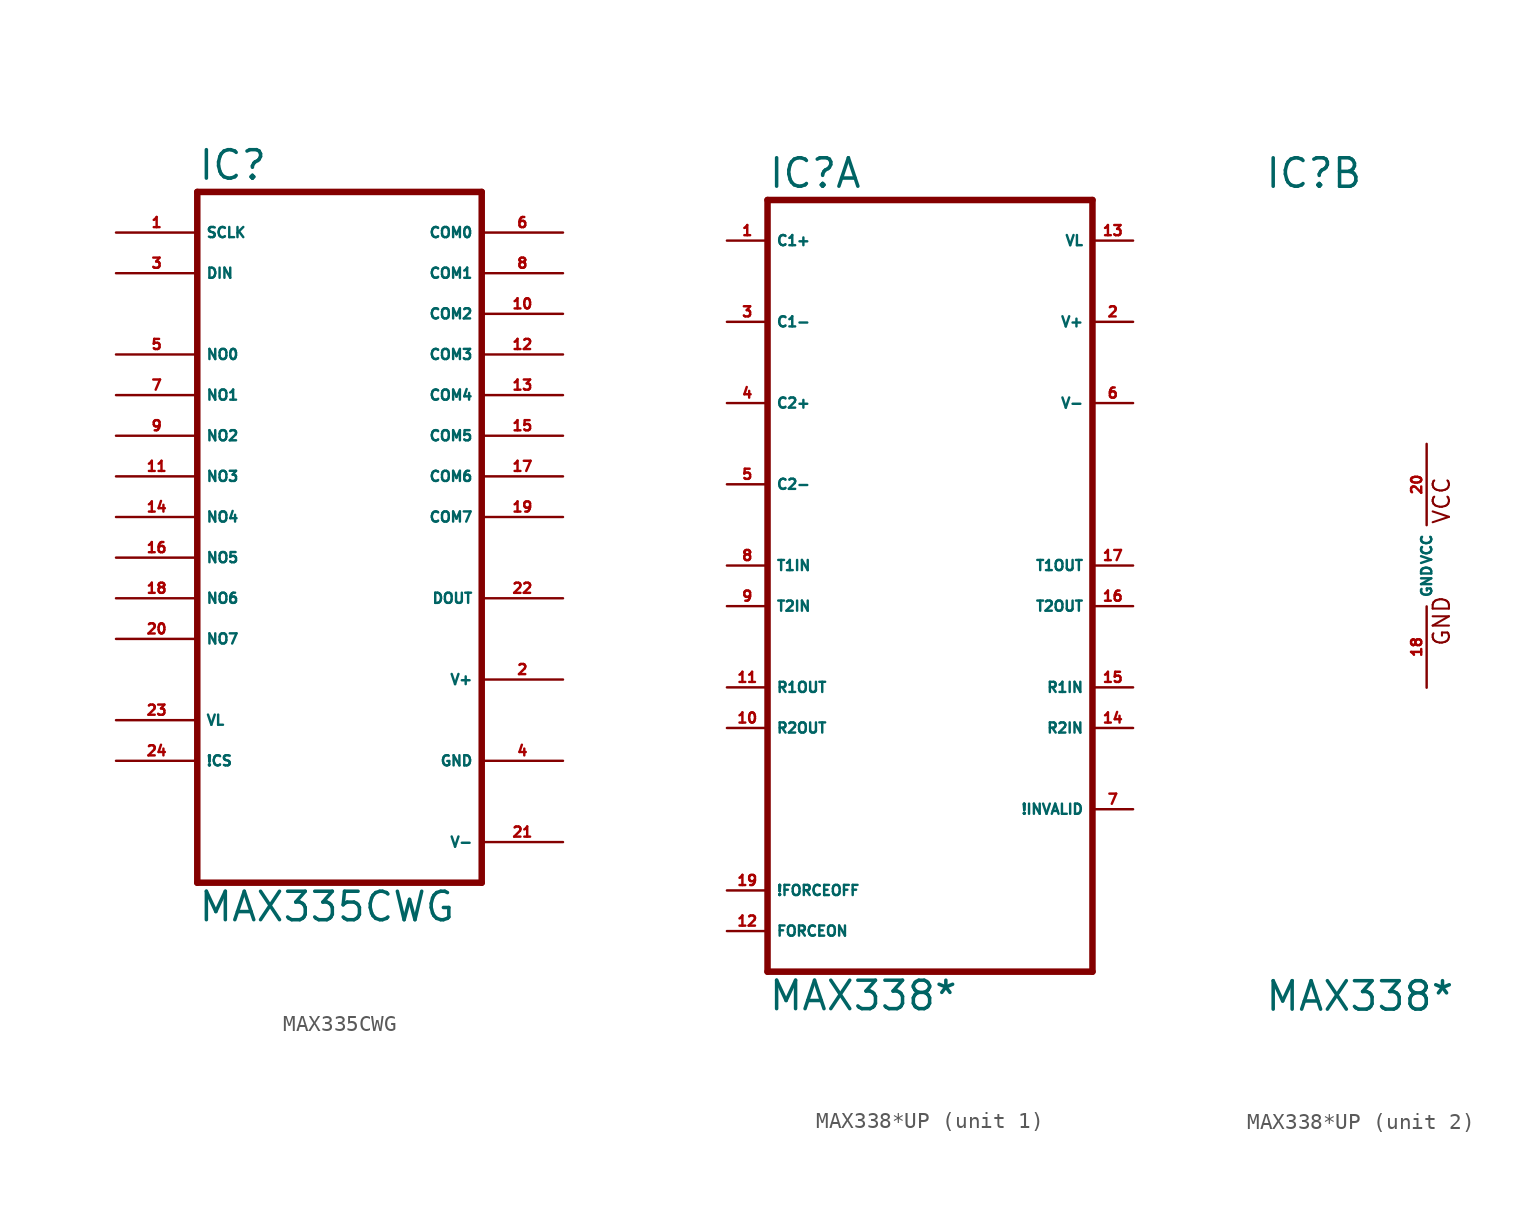
<source format=kicad_sym>
(kicad_symbol_lib
  (version 20220914)
  (generator Eagle2Kicad)
  (symbol "MAX335CWG"
    (property "Reference" "IC"
      (at -7.62 20.955 0)
      (effects (font (size 1.778 1.778) (thickness 0.22)) (justify left bottom)))
    (property "Value" "MAX335CWG"
      (at -7.62 -25.4 0)
      (effects (font (size 1.778 1.778) (thickness 0.22)) (justify left bottom)))
    (polyline
      (pts (xy -7.62 20.32) (xy 10.16 20.32))
      (stroke (width 0.406) (type default))
      (fill (type none)))
    (polyline
      (pts (xy 10.16 20.32) (xy 10.16 -22.86))
      (stroke (width 0.406) (type default))
      (fill (type none)))
    (polyline
      (pts (xy 10.16 -22.86) (xy -7.62 -22.86))
      (stroke (width 0.406) (type default))
      (fill (type none)))
    (polyline
      (pts (xy -7.62 -22.86) (xy -7.62 20.32))
      (stroke (width 0.406) (type default))
      (fill (type none)))
    (pin input line
      (at -12.7 17.78 0)
      (length 5.08)
      (name "SCLK" (effects (font (size 0.635 0.635) (thickness 0.08)) (justify left bottom)))
      (number "1" (effects (font (size 0.635 0.635) (thickness 0.08)) (justify left bottom))))
    (pin unspecified line
      (at 15.24 -20.32 180)
      (length 5.08)
      (name "V-" (effects (font (size 0.635 0.635) (thickness 0.08)) (justify left bottom)))
      (number "21" (effects (font (size 0.635 0.635) (thickness 0.08)) (justify left bottom))))
    (pin unspecified line
      (at 15.24 -15.24 180)
      (length 5.08)
      (name "GND" (effects (font (size 0.635 0.635) (thickness 0.08)) (justify left bottom)))
      (number "4" (effects (font (size 0.635 0.635) (thickness 0.08)) (justify left bottom))))
    (pin unspecified line
      (at 15.24 -10.16 180)
      (length 5.08)
      (name "V+" (effects (font (size 0.635 0.635) (thickness 0.08)) (justify left bottom)))
      (number "2" (effects (font (size 0.635 0.635) (thickness 0.08)) (justify left bottom))))
    (pin input line
      (at -12.7 15.24 0)
      (length 5.08)
      (name "DIN" (effects (font (size 0.635 0.635) (thickness 0.08)) (justify left bottom)))
      (number "3" (effects (font (size 0.635 0.635) (thickness 0.08)) (justify left bottom))))
    (pin passive line
      (at -12.7 10.16 0)
      (length 5.08)
      (name "NO0" (effects (font (size 0.635 0.635) (thickness 0.08)) (justify left bottom)))
      (number "5" (effects (font (size 0.635 0.635) (thickness 0.08)) (justify left bottom))))
    (pin passive line
      (at -12.7 7.62 0)
      (length 5.08)
      (name "NO1" (effects (font (size 0.635 0.635) (thickness 0.08)) (justify left bottom)))
      (number "7" (effects (font (size 0.635 0.635) (thickness 0.08)) (justify left bottom))))
    (pin passive line
      (at -12.7 5.08 0)
      (length 5.08)
      (name "NO2" (effects (font (size 0.635 0.635) (thickness 0.08)) (justify left bottom)))
      (number "9" (effects (font (size 0.635 0.635) (thickness 0.08)) (justify left bottom))))
    (pin passive line
      (at -12.7 2.54 0)
      (length 5.08)
      (name "NO3" (effects (font (size 0.635 0.635) (thickness 0.08)) (justify left bottom)))
      (number "11" (effects (font (size 0.635 0.635) (thickness 0.08)) (justify left bottom))))
    (pin passive line
      (at -12.7 0 0)
      (length 5.08)
      (name "NO4" (effects (font (size 0.635 0.635) (thickness 0.08)) (justify left bottom)))
      (number "14" (effects (font (size 0.635 0.635) (thickness 0.08)) (justify left bottom))))
    (pin passive line
      (at -12.7 -2.54 0)
      (length 5.08)
      (name "NO5" (effects (font (size 0.635 0.635) (thickness 0.08)) (justify left bottom)))
      (number "16" (effects (font (size 0.635 0.635) (thickness 0.08)) (justify left bottom))))
    (pin passive line
      (at -12.7 -5.08 0)
      (length 5.08)
      (name "NO6" (effects (font (size 0.635 0.635) (thickness 0.08)) (justify left bottom)))
      (number "18" (effects (font (size 0.635 0.635) (thickness 0.08)) (justify left bottom))))
    (pin passive line
      (at -12.7 -7.62 0)
      (length 5.08)
      (name "NO7" (effects (font (size 0.635 0.635) (thickness 0.08)) (justify left bottom)))
      (number "20" (effects (font (size 0.635 0.635) (thickness 0.08)) (justify left bottom))))
    (pin passive line
      (at 15.24 17.78 180)
      (length 5.08)
      (name "COM0" (effects (font (size 0.635 0.635) (thickness 0.08)) (justify left bottom)))
      (number "6" (effects (font (size 0.635 0.635) (thickness 0.08)) (justify left bottom))))
    (pin passive line
      (at 15.24 15.24 180)
      (length 5.08)
      (name "COM1" (effects (font (size 0.635 0.635) (thickness 0.08)) (justify left bottom)))
      (number "8" (effects (font (size 0.635 0.635) (thickness 0.08)) (justify left bottom))))
    (pin passive line
      (at 15.24 12.7 180)
      (length 5.08)
      (name "COM2" (effects (font (size 0.635 0.635) (thickness 0.08)) (justify left bottom)))
      (number "10" (effects (font (size 0.635 0.635) (thickness 0.08)) (justify left bottom))))
    (pin passive line
      (at 15.24 10.16 180)
      (length 5.08)
      (name "COM3" (effects (font (size 0.635 0.635) (thickness 0.08)) (justify left bottom)))
      (number "12" (effects (font (size 0.635 0.635) (thickness 0.08)) (justify left bottom))))
    (pin input line
      (at -12.7 -12.7 0)
      (length 5.08)
      (name "VL" (effects (font (size 0.635 0.635) (thickness 0.08)) (justify left bottom)))
      (number "23" (effects (font (size 0.635 0.635) (thickness 0.08)) (justify left bottom))))
    (pin input line
      (at -12.7 -15.24 0)
      (length 5.08)
      (name "!CS" (effects (font (size 0.635 0.635) (thickness 0.08)) (justify left bottom)))
      (number "24" (effects (font (size 0.635 0.635) (thickness 0.08)) (justify left bottom))))
    (pin output line
      (at 15.24 -5.08 180)
      (length 5.08)
      (name "DOUT" (effects (font (size 0.635 0.635) (thickness 0.08)) (justify left bottom)))
      (number "22" (effects (font (size 0.635 0.635) (thickness 0.08)) (justify left bottom))))
    (pin passive line
      (at 15.24 7.62 180)
      (length 5.08)
      (name "COM4" (effects (font (size 0.635 0.635) (thickness 0.08)) (justify left bottom)))
      (number "13" (effects (font (size 0.635 0.635) (thickness 0.08)) (justify left bottom))))
    (pin passive line
      (at 15.24 5.08 180)
      (length 5.08)
      (name "COM5" (effects (font (size 0.635 0.635) (thickness 0.08)) (justify left bottom)))
      (number "15" (effects (font (size 0.635 0.635) (thickness 0.08)) (justify left bottom))))
    (pin passive line
      (at 15.24 2.54 180)
      (length 5.08)
      (name "COM6" (effects (font (size 0.635 0.635) (thickness 0.08)) (justify left bottom)))
      (number "17" (effects (font (size 0.635 0.635) (thickness 0.08)) (justify left bottom))))
    (pin passive line
      (at 15.24 0 180)
      (length 5.08)
      (name "COM7" (effects (font (size 0.635 0.635) (thickness 0.08)) (justify left bottom)))
      (number "19" (effects (font (size 0.635 0.635) (thickness 0.08)) (justify left bottom)))))
  (symbol "MAX338*UP"
    (property "Reference" "IC"
      (at -10.16 23.495 0)
      (effects (font (size 1.778 1.778) (thickness 0.22)) (justify left bottom)))
    (property "Value" "MAX338*"
      (at -10.16 -27.94 0)
      (effects (font (size 1.778 1.778) (thickness 0.22)) (justify left bottom)))
    (symbol "MAX338*UP_1_0"
      (polyline (pts (xy -10.16 22.86) (xy 10.16 22.86)) (stroke (width 0.406) (type default)) (fill (type none)))
      (polyline (pts (xy 10.16 -25.4) (xy 10.16 22.86)) (stroke (width 0.406) (type default)) (fill (type none)))
      (polyline (pts (xy 10.16 -25.4) (xy -10.16 -25.4)) (stroke (width 0.406) (type default)) (fill (type none)))
      (polyline (pts (xy -10.16 22.86) (xy -10.16 -25.4)) (stroke (width 0.406) (type default)) (fill (type none)))
      (pin passive line (at -12.7 20.32 0) (length 2.54) (name "C1+" (effects (font (size 0.635 0.635) (thickness 0.08)) (justify left bottom))) (number "1" (effects (font (size 0.635 0.635) (thickness 0.08)) (justify left bottom))))
      (pin passive line (at -12.7 15.24 0) (length 2.54) (name "C1-" (effects (font (size 0.635 0.635) (thickness 0.08)) (justify left bottom))) (number "3" (effects (font (size 0.635 0.635) (thickness 0.08)) (justify left bottom))))
      (pin passive line (at -12.7 10.16 0) (length 2.54) (name "C2+" (effects (font (size 0.635 0.635) (thickness 0.08)) (justify left bottom))) (number "4" (effects (font (size 0.635 0.635) (thickness 0.08)) (justify left bottom))))
      (pin passive line (at -12.7 5.08 0) (length 2.54) (name "C2-" (effects (font (size 0.635 0.635) (thickness 0.08)) (justify left bottom))) (number "5" (effects (font (size 0.635 0.635) (thickness 0.08)) (justify left bottom))))
      (pin input line (at -12.7 0 0) (length 2.54) (name "T1IN" (effects (font (size 0.635 0.635) (thickness 0.08)) (justify left bottom))) (number "8" (effects (font (size 0.635 0.635) (thickness 0.08)) (justify left bottom))))
      (pin input line (at -12.7 -2.54 0) (length 2.54) (name "T2IN" (effects (font (size 0.635 0.635) (thickness 0.08)) (justify left bottom))) (number "9" (effects (font (size 0.635 0.635) (thickness 0.08)) (justify left bottom))))
      (pin output line (at -12.7 -7.62 0) (length 2.54) (name "R1OUT" (effects (font (size 0.635 0.635) (thickness 0.08)) (justify left bottom))) (number "11" (effects (font (size 0.635 0.635) (thickness 0.08)) (justify left bottom))))
      (pin output line (at -12.7 -10.16 0) (length 2.54) (name "R2OUT" (effects (font (size 0.635 0.635) (thickness 0.08)) (justify left bottom))) (number "10" (effects (font (size 0.635 0.635) (thickness 0.08)) (justify left bottom))))
      (pin passive line (at 12.7 15.24 180) (length 2.54) (name "V+" (effects (font (size 0.635 0.635) (thickness 0.08)) (justify left bottom))) (number "2" (effects (font (size 0.635 0.635) (thickness 0.08)) (justify left bottom))))
      (pin passive line (at 12.7 10.16 180) (length 2.54) (name "V-" (effects (font (size 0.635 0.635) (thickness 0.08)) (justify left bottom))) (number "6" (effects (font (size 0.635 0.635) (thickness 0.08)) (justify left bottom))))
      (pin output line (at 12.7 0 180) (length 2.54) (name "T1OUT" (effects (font (size 0.635 0.635) (thickness 0.08)) (justify left bottom))) (number "17" (effects (font (size 0.635 0.635) (thickness 0.08)) (justify left bottom))))
      (pin output line (at 12.7 -2.54 180) (length 2.54) (name "T2OUT" (effects (font (size 0.635 0.635) (thickness 0.08)) (justify left bottom))) (number "16" (effects (font (size 0.635 0.635) (thickness 0.08)) (justify left bottom))))
      (pin input line (at 12.7 -7.62 180) (length 2.54) (name "R1IN" (effects (font (size 0.635 0.635) (thickness 0.08)) (justify left bottom))) (number "15" (effects (font (size 0.635 0.635) (thickness 0.08)) (justify left bottom))))
      (pin input line (at 12.7 -10.16 180) (length 2.54) (name "R2IN" (effects (font (size 0.635 0.635) (thickness 0.08)) (justify left bottom))) (number "14" (effects (font (size 0.635 0.635) (thickness 0.08)) (justify left bottom))))
      (pin output line (at 12.7 -15.24 180) (length 2.54) (name "!INVALID" (effects (font (size 0.635 0.635) (thickness 0.08)) (justify left bottom))) (number "7" (effects (font (size 0.635 0.635) (thickness 0.08)) (justify left bottom))))
      (pin input line (at -12.7 -20.32 0) (length 2.54) (name "!FORCEOFF" (effects (font (size 0.635 0.635) (thickness 0.08)) (justify left bottom))) (number "19" (effects (font (size 0.635 0.635) (thickness 0.08)) (justify left bottom))))
      (pin input line (at -12.7 -22.86 0) (length 2.54) (name "FORCEON" (effects (font (size 0.635 0.635) (thickness 0.08)) (justify left bottom))) (number "12" (effects (font (size 0.635 0.635) (thickness 0.08)) (justify left bottom))))
      (pin passive line (at 12.7 20.32 180) (length 2.54) (name "VL" (effects (font (size 0.635 0.635) (thickness 0.08)) (justify left bottom))) (number "13" (effects (font (size 0.635 0.635) (thickness 0.08)) (justify left bottom)))))
    (symbol "MAX338*UP_2_0"
      (text "GND" (at 1.524 -5.08 900) (effects (font (size 1.016 1.016) (thickness 0.13)) (justify left bottom)))
      (text "VCC" (at 1.524 2.54 900) (effects (font (size 1.016 1.016) (thickness 0.13)) (justify left bottom)))
      (pin unspecified line (at 0 7.62 270) (length 5.08) (name "VCC" (effects (font (size 0.635 0.635) (thickness 0.08)) (justify left bottom))) (number "20" (effects (font (size 0.635 0.635) (thickness 0.08)) (justify left bottom))))
      (pin unspecified line (at 0 -7.62 90) (length 5.08) (name "GND" (effects (font (size 0.635 0.635) (thickness 0.08)) (justify left bottom))) (number "18" (effects (font (size 0.635 0.635) (thickness 0.08)) (justify left bottom)))))))
</source>
